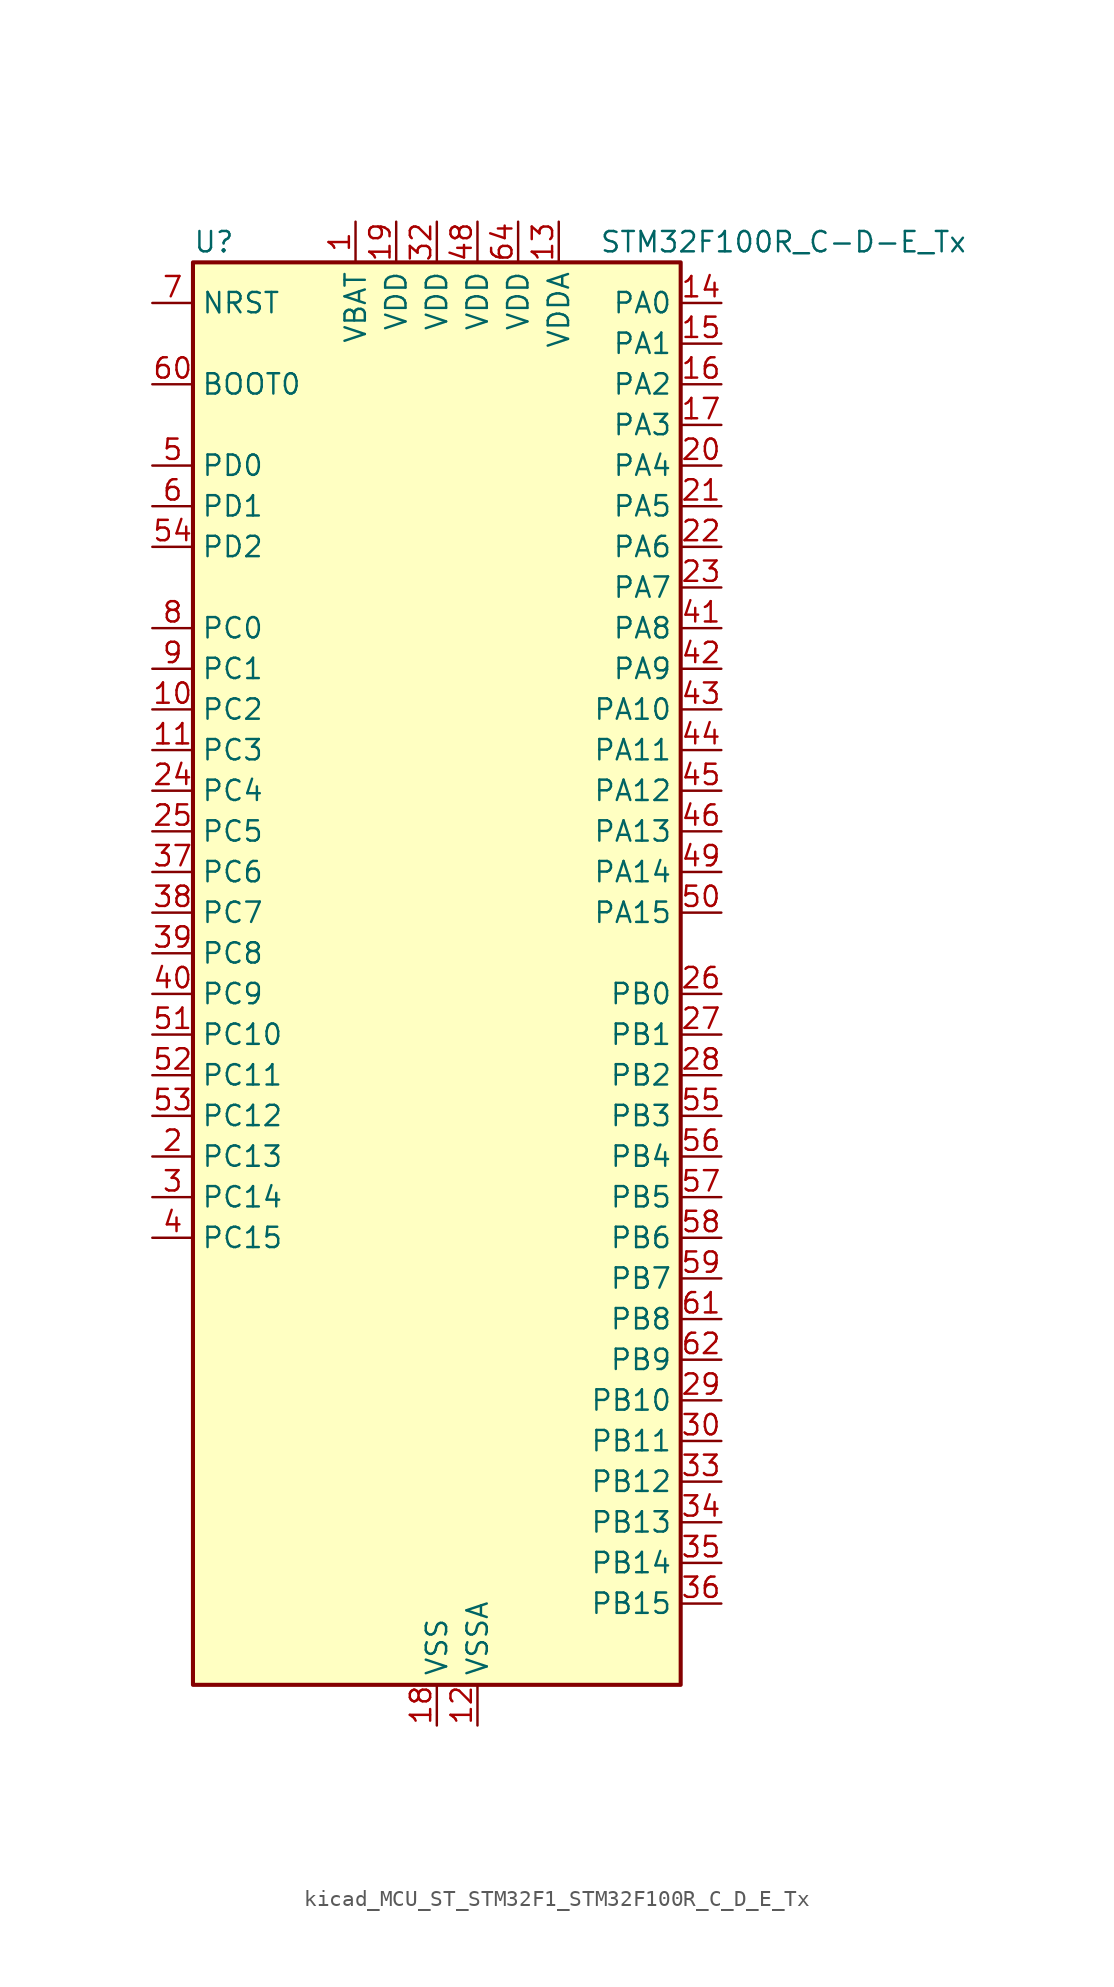
<source format=kicad_sym>
(kicad_symbol_lib
  (version 20220914)
  (generator kicad_symbol_editor)
  (symbol "kicad_MCU_ST_STM32F1_STM32F100R_C_D_E_Tx"
    (property "Reference" "U"
      (at -15.24 46.99 0)
      (effects (font (size 1.27 1.27)) (justify left)))
    (property "Value" "STM32F100R_C-D-E_Tx"
      (at 10.16 46.99 0)
      (effects (font (size 1.27 1.27)) (justify left)))
    (property "ki_locked" ""
      (at 0 0 0)
      (effects (font (size 1.27 1.27))))
    (symbol "kicad_MCU_ST_STM32F1_STM32F100R_C_D_E_Tx_0_1"
      (rectangle (start -15.24 -43.18) (end 15.24 45.72) (stroke (width 0.254) (type default)) (fill (type background))))
    (symbol "kicad_MCU_ST_STM32F1_STM32F100R_C_D_E_Tx_1_1"
      (pin power_in line (at -5.08 48.26 270) (length 2.54) (name "VBAT" (effects (font (size 1.27 1.27)))) (number "1" (effects (font (size 1.27 1.27)))))
      (pin bidirectional line (at -17.78 17.78 0) (length 2.54) (name "PC2" (effects (font (size 1.27 1.27)))) (number "10" (effects (font (size 1.27 1.27)))) (alternate "ADC1_IN12" bidirectional line))
      (pin bidirectional line (at -17.78 15.24 0) (length 2.54) (name "PC3" (effects (font (size 1.27 1.27)))) (number "11" (effects (font (size 1.27 1.27)))) (alternate "ADC1_IN13" bidirectional line))
      (pin power_in line (at 2.54 -45.72 90) (length 2.54) (name "VSSA" (effects (font (size 1.27 1.27)))) (number "12" (effects (font (size 1.27 1.27)))))
      (pin power_in line (at 7.62 48.26 270) (length 2.54) (name "VDDA" (effects (font (size 1.27 1.27)))) (number "13" (effects (font (size 1.27 1.27)))))
      (pin bidirectional line (at 17.78 43.18 180) (length 2.54) (name "PA0" (effects (font (size 1.27 1.27)))) (number "14" (effects (font (size 1.27 1.27)))) (alternate "ADC1_IN0" bidirectional line) (alternate "SYS_WKUP" bidirectional line) (alternate "TIM2_CH1" bidirectional line) (alternate "TIM2_ETR" bidirectional line) (alternate "TIM5_CH1" bidirectional line) (alternate "USART2_CTS" bidirectional line))
      (pin bidirectional line (at 17.78 40.64 180) (length 2.54) (name "PA1" (effects (font (size 1.27 1.27)))) (number "15" (effects (font (size 1.27 1.27)))) (alternate "ADC1_IN1" bidirectional line) (alternate "TIM2_CH2" bidirectional line) (alternate "TIM5_CH2" bidirectional line) (alternate "USART2_RTS" bidirectional line))
      (pin bidirectional line (at 17.78 38.1 180) (length 2.54) (name "PA2" (effects (font (size 1.27 1.27)))) (number "16" (effects (font (size 1.27 1.27)))) (alternate "ADC1_IN2" bidirectional line) (alternate "TIM15_CH1" bidirectional line) (alternate "TIM2_CH3" bidirectional line) (alternate "TIM5_CH3" bidirectional line) (alternate "USART2_TX" bidirectional line))
      (pin bidirectional line (at 17.78 35.56 180) (length 2.54) (name "PA3" (effects (font (size 1.27 1.27)))) (number "17" (effects (font (size 1.27 1.27)))) (alternate "ADC1_IN3" bidirectional line) (alternate "TIM15_CH2" bidirectional line) (alternate "TIM2_CH4" bidirectional line) (alternate "TIM5_CH4" bidirectional line) (alternate "USART2_RX" bidirectional line))
      (pin power_in line (at 0 -45.72 90) (length 2.54) (name "VSS" (effects (font (size 1.27 1.27)))) (number "18" (effects (font (size 1.27 1.27)))))
      (pin power_in line (at -2.54 48.26 270) (length 2.54) (name "VDD" (effects (font (size 1.27 1.27)))) (number "19" (effects (font (size 1.27 1.27)))))
      (pin bidirectional line (at -17.78 -10.16 0) (length 2.54) (name "PC13" (effects (font (size 1.27 1.27)))) (number "2" (effects (font (size 1.27 1.27)))) (alternate "RTC_OUT" bidirectional line) (alternate "RTC_TAMPER" bidirectional line))
      (pin bidirectional line (at 17.78 33.02 180) (length 2.54) (name "PA4" (effects (font (size 1.27 1.27)))) (number "20" (effects (font (size 1.27 1.27)))) (alternate "ADC1_IN4" bidirectional line) (alternate "DAC_OUT1" bidirectional line) (alternate "SPI1_NSS" bidirectional line) (alternate "USART2_CK" bidirectional line))
      (pin bidirectional line (at 17.78 30.48 180) (length 2.54) (name "PA5" (effects (font (size 1.27 1.27)))) (number "21" (effects (font (size 1.27 1.27)))) (alternate "ADC1_IN5" bidirectional line) (alternate "DAC_OUT2" bidirectional line) (alternate "SPI1_SCK" bidirectional line))
      (pin bidirectional line (at 17.78 27.94 180) (length 2.54) (name "PA6" (effects (font (size 1.27 1.27)))) (number "22" (effects (font (size 1.27 1.27)))) (alternate "ADC1_IN6" bidirectional line) (alternate "SPI1_MISO" bidirectional line) (alternate "TIM16_CH1" bidirectional line) (alternate "TIM1_BKIN" bidirectional line) (alternate "TIM3_CH1" bidirectional line))
      (pin bidirectional line (at 17.78 25.4 180) (length 2.54) (name "PA7" (effects (font (size 1.27 1.27)))) (number "23" (effects (font (size 1.27 1.27)))) (alternate "ADC1_IN7" bidirectional line) (alternate "SPI1_MOSI" bidirectional line) (alternate "TIM17_CH1" bidirectional line) (alternate "TIM1_CH1N" bidirectional line) (alternate "TIM3_CH2" bidirectional line))
      (pin bidirectional line (at -17.78 12.7 0) (length 2.54) (name "PC4" (effects (font (size 1.27 1.27)))) (number "24" (effects (font (size 1.27 1.27)))) (alternate "ADC1_IN14" bidirectional line) (alternate "TIM12_CH1" bidirectional line))
      (pin bidirectional line (at -17.78 10.16 0) (length 2.54) (name "PC5" (effects (font (size 1.27 1.27)))) (number "25" (effects (font (size 1.27 1.27)))) (alternate "ADC1_IN15" bidirectional line) (alternate "TIM12_CH2" bidirectional line))
      (pin bidirectional line (at 17.78 0 180) (length 2.54) (name "PB0" (effects (font (size 1.27 1.27)))) (number "26" (effects (font (size 1.27 1.27)))) (alternate "ADC1_IN8" bidirectional line) (alternate "TIM13_CH1" bidirectional line) (alternate "TIM1_CH2N" bidirectional line) (alternate "TIM3_CH3" bidirectional line))
      (pin bidirectional line (at 17.78 -2.54 180) (length 2.54) (name "PB1" (effects (font (size 1.27 1.27)))) (number "27" (effects (font (size 1.27 1.27)))) (alternate "ADC1_IN9" bidirectional line) (alternate "TIM14_CH1" bidirectional line) (alternate "TIM1_CH3N" bidirectional line) (alternate "TIM3_CH4" bidirectional line))
      (pin bidirectional line (at 17.78 -5.08 180) (length 2.54) (name "PB2" (effects (font (size 1.27 1.27)))) (number "28" (effects (font (size 1.27 1.27)))))
      (pin bidirectional line (at 17.78 -25.4 180) (length 2.54) (name "PB10" (effects (font (size 1.27 1.27)))) (number "29" (effects (font (size 1.27 1.27)))) (alternate "CEC" bidirectional line) (alternate "I2C2_SCL" bidirectional line) (alternate "TIM2_CH3" bidirectional line) (alternate "USART3_TX" bidirectional line))
      (pin bidirectional line (at -17.78 -12.7 0) (length 2.54) (name "PC14" (effects (font (size 1.27 1.27)))) (number "3" (effects (font (size 1.27 1.27)))) (alternate "RCC_OSC32_IN" bidirectional line))
      (pin bidirectional line (at 17.78 -27.94 180) (length 2.54) (name "PB11" (effects (font (size 1.27 1.27)))) (number "30" (effects (font (size 1.27 1.27)))) (alternate "ADC1_EXTI11" bidirectional line) (alternate "I2C2_SDA" bidirectional line) (alternate "TIM2_CH4" bidirectional line) (alternate "USART3_RX" bidirectional line))
      (pin passive line (at 0 -45.72 90) (length 2.54) hide (name "VSS" (effects (font (size 1.27 1.27)))) (number "31" (effects (font (size 1.27 1.27)))))
      (pin power_in line (at 0 48.26 270) (length 2.54) (name "VDD" (effects (font (size 1.27 1.27)))) (number "32" (effects (font (size 1.27 1.27)))))
      (pin bidirectional line (at 17.78 -30.48 180) (length 2.54) (name "PB12" (effects (font (size 1.27 1.27)))) (number "33" (effects (font (size 1.27 1.27)))) (alternate "I2C2_SMBA" bidirectional line) (alternate "SPI2_NSS" bidirectional line) (alternate "TIM12_CH1" bidirectional line) (alternate "TIM1_BKIN" bidirectional line) (alternate "USART3_CK" bidirectional line))
      (pin bidirectional line (at 17.78 -33.02 180) (length 2.54) (name "PB13" (effects (font (size 1.27 1.27)))) (number "34" (effects (font (size 1.27 1.27)))) (alternate "SPI2_SCK" bidirectional line) (alternate "TIM12_CH2" bidirectional line) (alternate "TIM1_CH1N" bidirectional line) (alternate "USART3_CTS" bidirectional line))
      (pin bidirectional line (at 17.78 -35.56 180) (length 2.54) (name "PB14" (effects (font (size 1.27 1.27)))) (number "35" (effects (font (size 1.27 1.27)))) (alternate "SPI2_MISO" bidirectional line) (alternate "TIM15_CH1" bidirectional line) (alternate "TIM1_CH2N" bidirectional line) (alternate "USART3_RTS" bidirectional line))
      (pin bidirectional line (at 17.78 -38.1 180) (length 2.54) (name "PB15" (effects (font (size 1.27 1.27)))) (number "36" (effects (font (size 1.27 1.27)))) (alternate "ADC1_EXTI15" bidirectional line) (alternate "SPI2_MOSI" bidirectional line) (alternate "TIM15_CH1N" bidirectional line) (alternate "TIM15_CH2" bidirectional line) (alternate "TIM1_CH3N" bidirectional line))
      (pin bidirectional line (at -17.78 7.62 0) (length 2.54) (name "PC6" (effects (font (size 1.27 1.27)))) (number "37" (effects (font (size 1.27 1.27)))) (alternate "TIM3_CH1" bidirectional line))
      (pin bidirectional line (at -17.78 5.08 0) (length 2.54) (name "PC7" (effects (font (size 1.27 1.27)))) (number "38" (effects (font (size 1.27 1.27)))) (alternate "TIM3_CH2" bidirectional line))
      (pin bidirectional line (at -17.78 2.54 0) (length 2.54) (name "PC8" (effects (font (size 1.27 1.27)))) (number "39" (effects (font (size 1.27 1.27)))) (alternate "TIM13_CH1" bidirectional line) (alternate "TIM3_CH3" bidirectional line))
      (pin bidirectional line (at -17.78 -15.24 0) (length 2.54) (name "PC15" (effects (font (size 1.27 1.27)))) (number "4" (effects (font (size 1.27 1.27)))) (alternate "ADC1_EXTI15" bidirectional line) (alternate "RCC_OSC32_OUT" bidirectional line))
      (pin bidirectional line (at -17.78 0 0) (length 2.54) (name "PC9" (effects (font (size 1.27 1.27)))) (number "40" (effects (font (size 1.27 1.27)))) (alternate "DAC_EXTI9" bidirectional line) (alternate "TIM14_CH1" bidirectional line) (alternate "TIM3_CH4" bidirectional line))
      (pin bidirectional line (at 17.78 22.86 180) (length 2.54) (name "PA8" (effects (font (size 1.27 1.27)))) (number "41" (effects (font (size 1.27 1.27)))) (alternate "RCC_MCO" bidirectional line) (alternate "TIM1_CH1" bidirectional line) (alternate "USART1_CK" bidirectional line))
      (pin bidirectional line (at 17.78 20.32 180) (length 2.54) (name "PA9" (effects (font (size 1.27 1.27)))) (number "42" (effects (font (size 1.27 1.27)))) (alternate "DAC_EXTI9" bidirectional line) (alternate "TIM15_BKIN" bidirectional line) (alternate "TIM1_CH2" bidirectional line) (alternate "USART1_TX" bidirectional line))
      (pin bidirectional line (at 17.78 17.78 180) (length 2.54) (name "PA10" (effects (font (size 1.27 1.27)))) (number "43" (effects (font (size 1.27 1.27)))) (alternate "TIM17_BKIN" bidirectional line) (alternate "TIM1_CH3" bidirectional line) (alternate "USART1_RX" bidirectional line))
      (pin bidirectional line (at 17.78 15.24 180) (length 2.54) (name "PA11" (effects (font (size 1.27 1.27)))) (number "44" (effects (font (size 1.27 1.27)))) (alternate "ADC1_EXTI11" bidirectional line) (alternate "TIM1_CH4" bidirectional line) (alternate "USART1_CTS" bidirectional line))
      (pin bidirectional line (at 17.78 12.7 180) (length 2.54) (name "PA12" (effects (font (size 1.27 1.27)))) (number "45" (effects (font (size 1.27 1.27)))) (alternate "TIM1_ETR" bidirectional line) (alternate "USART1_RTS" bidirectional line))
      (pin bidirectional line (at 17.78 10.16 180) (length 2.54) (name "PA13" (effects (font (size 1.27 1.27)))) (number "46" (effects (font (size 1.27 1.27)))) (alternate "SYS_JTMS-SWDIO" bidirectional line))
      (pin passive line (at 0 -45.72 90) (length 2.54) hide (name "VSS" (effects (font (size 1.27 1.27)))) (number "47" (effects (font (size 1.27 1.27)))))
      (pin power_in line (at 2.54 48.26 270) (length 2.54) (name "VDD" (effects (font (size 1.27 1.27)))) (number "48" (effects (font (size 1.27 1.27)))))
      (pin bidirectional line (at 17.78 7.62 180) (length 2.54) (name "PA14" (effects (font (size 1.27 1.27)))) (number "49" (effects (font (size 1.27 1.27)))) (alternate "SYS_JTCK-SWCLK" bidirectional line))
      (pin bidirectional line (at -17.78 33.02 0) (length 2.54) (name "PD0" (effects (font (size 1.27 1.27)))) (number "5" (effects (font (size 1.27 1.27)))) (alternate "RCC_OSC_IN" bidirectional line))
      (pin bidirectional line (at 17.78 5.08 180) (length 2.54) (name "PA15" (effects (font (size 1.27 1.27)))) (number "50" (effects (font (size 1.27 1.27)))) (alternate "ADC1_EXTI15" bidirectional line) (alternate "SPI1_NSS" bidirectional line) (alternate "SPI3_NSS" bidirectional line) (alternate "SYS_JTDI" bidirectional line) (alternate "TIM2_CH1" bidirectional line) (alternate "TIM2_ETR" bidirectional line))
      (pin bidirectional line (at -17.78 -2.54 0) (length 2.54) (name "PC10" (effects (font (size 1.27 1.27)))) (number "51" (effects (font (size 1.27 1.27)))) (alternate "UART4_TX" bidirectional line) (alternate "USART3_TX" bidirectional line))
      (pin bidirectional line (at -17.78 -5.08 0) (length 2.54) (name "PC11" (effects (font (size 1.27 1.27)))) (number "52" (effects (font (size 1.27 1.27)))) (alternate "ADC1_EXTI11" bidirectional line) (alternate "UART4_RX" bidirectional line) (alternate "USART3_RX" bidirectional line))
      (pin bidirectional line (at -17.78 -7.62 0) (length 2.54) (name "PC12" (effects (font (size 1.27 1.27)))) (number "53" (effects (font (size 1.27 1.27)))) (alternate "UART5_TX" bidirectional line) (alternate "USART3_CK" bidirectional line))
      (pin bidirectional line (at -17.78 27.94 0) (length 2.54) (name "PD2" (effects (font (size 1.27 1.27)))) (number "54" (effects (font (size 1.27 1.27)))) (alternate "TIM3_ETR" bidirectional line) (alternate "UART5_RX" bidirectional line))
      (pin bidirectional line (at 17.78 -7.62 180) (length 2.54) (name "PB3" (effects (font (size 1.27 1.27)))) (number "55" (effects (font (size 1.27 1.27)))) (alternate "SPI1_SCK" bidirectional line) (alternate "SPI3_SCK" bidirectional line) (alternate "SYS_JTDO-TRACESWO" bidirectional line) (alternate "TIM2_CH2" bidirectional line))
      (pin bidirectional line (at 17.78 -10.16 180) (length 2.54) (name "PB4" (effects (font (size 1.27 1.27)))) (number "56" (effects (font (size 1.27 1.27)))) (alternate "SPI1_MISO" bidirectional line) (alternate "SPI3_MISO" bidirectional line) (alternate "SYS_NJTRST" bidirectional line) (alternate "TIM3_CH1" bidirectional line))
      (pin bidirectional line (at 17.78 -12.7 180) (length 2.54) (name "PB5" (effects (font (size 1.27 1.27)))) (number "57" (effects (font (size 1.27 1.27)))) (alternate "I2C1_SMBA" bidirectional line) (alternate "SPI1_MOSI" bidirectional line) (alternate "SPI3_MOSI" bidirectional line) (alternate "TIM16_BKIN" bidirectional line) (alternate "TIM3_CH2" bidirectional line))
      (pin bidirectional line (at 17.78 -15.24 180) (length 2.54) (name "PB6" (effects (font (size 1.27 1.27)))) (number "58" (effects (font (size 1.27 1.27)))) (alternate "I2C1_SCL" bidirectional line) (alternate "TIM16_CH1N" bidirectional line) (alternate "TIM4_CH1" bidirectional line) (alternate "USART1_TX" bidirectional line))
      (pin bidirectional line (at 17.78 -17.78 180) (length 2.54) (name "PB7" (effects (font (size 1.27 1.27)))) (number "59" (effects (font (size 1.27 1.27)))) (alternate "I2C1_SDA" bidirectional line) (alternate "TIM17_CH1N" bidirectional line) (alternate "TIM4_CH2" bidirectional line) (alternate "USART1_RX" bidirectional line))
      (pin bidirectional line (at -17.78 30.48 0) (length 2.54) (name "PD1" (effects (font (size 1.27 1.27)))) (number "6" (effects (font (size 1.27 1.27)))) (alternate "RCC_OSC_OUT" bidirectional line))
      (pin input line (at -17.78 38.1 0) (length 2.54) (name "BOOT0" (effects (font (size 1.27 1.27)))) (number "60" (effects (font (size 1.27 1.27)))))
      (pin bidirectional line (at 17.78 -20.32 180) (length 2.54) (name "PB8" (effects (font (size 1.27 1.27)))) (number "61" (effects (font (size 1.27 1.27)))) (alternate "CEC" bidirectional line) (alternate "I2C1_SCL" bidirectional line) (alternate "TIM16_CH1" bidirectional line) (alternate "TIM4_CH3" bidirectional line))
      (pin bidirectional line (at 17.78 -22.86 180) (length 2.54) (name "PB9" (effects (font (size 1.27 1.27)))) (number "62" (effects (font (size 1.27 1.27)))) (alternate "DAC_EXTI9" bidirectional line) (alternate "I2C1_SDA" bidirectional line) (alternate "TIM17_CH1" bidirectional line) (alternate "TIM4_CH4" bidirectional line))
      (pin passive line (at 0 -45.72 90) (length 2.54) hide (name "VSS" (effects (font (size 1.27 1.27)))) (number "63" (effects (font (size 1.27 1.27)))))
      (pin power_in line (at 5.08 48.26 270) (length 2.54) (name "VDD" (effects (font (size 1.27 1.27)))) (number "64" (effects (font (size 1.27 1.27)))))
      (pin input line (at -17.78 43.18 0) (length 2.54) (name "NRST" (effects (font (size 1.27 1.27)))) (number "7" (effects (font (size 1.27 1.27)))))
      (pin bidirectional line (at -17.78 22.86 0) (length 2.54) (name "PC0" (effects (font (size 1.27 1.27)))) (number "8" (effects (font (size 1.27 1.27)))) (alternate "ADC1_IN10" bidirectional line))
      (pin bidirectional line (at -17.78 20.32 0) (length 2.54) (name "PC1" (effects (font (size 1.27 1.27)))) (number "9" (effects (font (size 1.27 1.27)))) (alternate "ADC1_IN11" bidirectional line)))))
</source>
